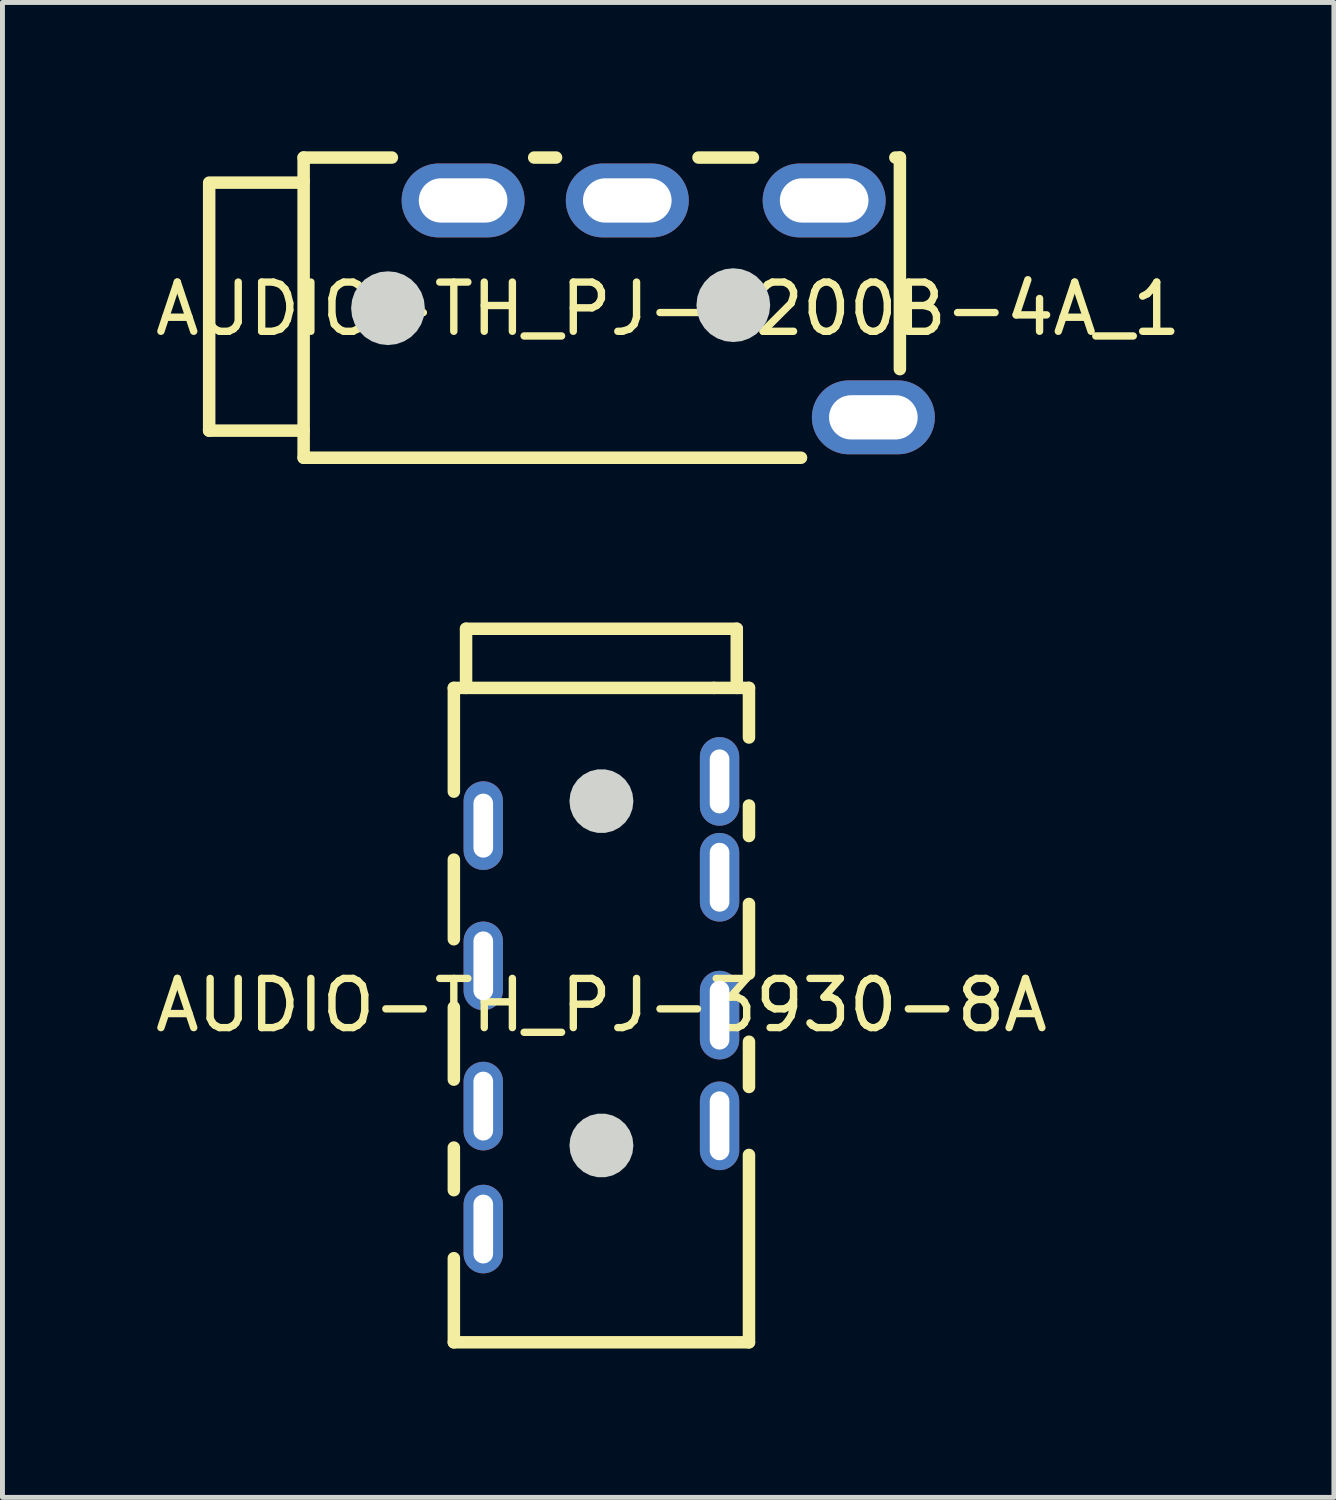
<source format=kicad_pcb>
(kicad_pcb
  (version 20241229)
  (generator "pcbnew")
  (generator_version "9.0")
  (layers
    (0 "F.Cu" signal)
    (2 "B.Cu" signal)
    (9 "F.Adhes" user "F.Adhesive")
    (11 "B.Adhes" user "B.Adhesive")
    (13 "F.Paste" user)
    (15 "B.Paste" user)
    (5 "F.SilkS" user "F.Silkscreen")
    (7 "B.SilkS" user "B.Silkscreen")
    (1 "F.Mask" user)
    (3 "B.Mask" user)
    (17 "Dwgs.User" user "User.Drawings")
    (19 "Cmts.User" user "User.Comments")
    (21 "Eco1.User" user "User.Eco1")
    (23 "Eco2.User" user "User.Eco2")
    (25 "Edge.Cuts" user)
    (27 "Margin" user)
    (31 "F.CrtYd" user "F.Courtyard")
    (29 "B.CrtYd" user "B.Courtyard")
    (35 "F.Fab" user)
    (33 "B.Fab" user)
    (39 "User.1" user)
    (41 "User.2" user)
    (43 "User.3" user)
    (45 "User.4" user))
  (footprint "AUDIO-TH_PJ-3930-8A"
    (layer "F.Cu")
    (at 9.173 17.38)
    (property "Reference" "AUDIO-TH_PJ-3930-8A" (at 0 0 0) (layer "F.SilkS") (effects (font (size 1 1) (thickness 0.15))))
    (fp_line (start -2.999 -6.449) (end -2.999 -4.341) (stroke (width 0.254) (type default)) (layer "F.SilkS"))
    (fp_line (start -2.999 -6.449) (end 2.286 -6.449) (stroke (width 0.254) (type default)) (layer "F.SilkS"))
    (fp_line (start -2.999 -2.959) (end -2.999 -1.341) (stroke (width 0.254) (type default)) (layer "F.SilkS"))
    (fp_line (start -2.999 0.041) (end -2.999 1.512) (stroke (width 0.254) (type default)) (layer "F.SilkS"))
    (fp_line (start -2.999 2.893) (end -2.999 3.759) (stroke (width 0.254) (type default)) (layer "F.SilkS"))
    (fp_line (start -2.999 5.141) (end -2.999 6.851) (stroke (width 0.254) (type default)) (layer "F.SilkS"))
    (fp_line (start -2.999 6.851) (end 2.999 6.851) (stroke (width 0.254) (type default)) (layer "F.SilkS"))
    (fp_line (start -2.751 -7.651) (end 2.751 -7.651) (stroke (width 0.254) (type default)) (layer "F.SilkS"))
    (fp_line (start -2.751 -6.449) (end -2.751 -7.651) (stroke (width 0.254) (type default)) (layer "F.SilkS"))
    (fp_line (start 2.286 -6.449) (end 2.999 -6.449) (stroke (width 0.254) (type default)) (layer "F.SilkS"))
    (fp_line (start 2.751 -7.651) (end 2.751 -6.449) (stroke (width 0.254) (type default)) (layer "F.SilkS"))
    (fp_line (start 2.999 -6.449) (end 2.999 -5.441) (stroke (width 0.254) (type default)) (layer "F.SilkS"))
    (fp_line (start 2.999 -4.059) (end 2.999 -3.439) (stroke (width 0.254) (type default)) (layer "F.SilkS"))
    (fp_line (start 2.999 -2.058) (end 2.999 -0.64) (stroke (width 0.254) (type default)) (layer "F.SilkS"))
    (fp_line (start 2.999 0.742) (end 2.999 1.661) (stroke (width 0.254) (type default)) (layer "F.SilkS"))
    (fp_line (start 2.999 3.043) (end 2.999 6.851) (stroke (width 0.254) (type default)) (layer "F.SilkS"))
    (fp_poly (pts (xy 0.65 -4.148) (xy 0.631 -4.304) (xy 0.576 -4.45) (xy 0.487 -4.579) (xy 0.369 -4.683) (xy 0.23 -4.756) (xy 0.078 -4.793) (xy -0.078 -4.793) (xy -0.23 -4.756) (xy -0.369 -4.683) (xy -0.487 -4.579) (xy -0.576 -4.45) (xy -0.631 -4.304) (xy -0.65 -4.148) (xy -0.631 -3.992) (xy -0.576 -3.846) (xy -0.487 -3.717) (xy -0.369 -3.613) (xy -0.23 -3.54) (xy -0.078 -3.503) (xy 0.078 -3.503) (xy 0.23 -3.54) (xy 0.369 -3.613) (xy 0.487 -3.717) (xy 0.576 -3.846) (xy 0.631 -3.992)) (stroke (width 0) (type default)) (fill yes) (layer "Edge.Cuts"))
    (fp_poly (pts (xy 0.65 2.85) (xy 0.631 2.694) (xy 0.576 2.548) (xy 0.487 2.419) (xy 0.369 2.315) (xy 0.23 2.242) (xy 0.078 2.205) (xy -0.078 2.205) (xy -0.23 2.242) (xy -0.369 2.315) (xy -0.487 2.419) (xy -0.576 2.548) (xy -0.631 2.694) (xy -0.65 2.85) (xy -0.631 3.006) (xy -0.576 3.152) (xy -0.487 3.281) (xy -0.369 3.385) (xy -0.23 3.458) (xy -0.078 3.495) (xy 0.078 3.495) (xy 0.23 3.458) (xy 0.369 3.385) (xy 0.487 3.281) (xy 0.576 3.152) (xy 0.631 3.006)) (stroke (width 0) (type default)) (fill yes) (layer "Edge.Cuts"))
    (fp_poly (pts (xy -2.561 -3.2) (xy -2.561 -4.099) (xy -2.24 -4.099) (xy -2.24 -3.2)) (stroke (width 0.1) (type default)) (fill no) (layer "User.1"))
    (fp_poly (pts (xy -2.561 -0.299) (xy -2.561 -1.298) (xy -2.24 -1.298) (xy -2.24 -0.299)) (stroke (width 0.1) (type default)) (fill no) (layer "User.1"))
    (fp_poly (pts (xy -2.561 2.547) (xy -2.561 1.55) (xy -2.24 1.55) (xy -2.24 2.547)) (stroke (width 0.1) (type default)) (fill no) (layer "User.1"))
    (fp_poly (pts (xy -2.561 5.052) (xy -2.561 4.051) (xy -2.24 4.051) (xy -2.24 5.052)) (stroke (width 0.1) (type default)) (fill no) (layer "User.1"))
    (fp_poly (pts (xy 2.24 -4.099) (xy 2.24 -4.998) (xy 2.561 -4.998) (xy 2.561 -4.099)) (stroke (width 0.1) (type default)) (fill no) (layer "User.1"))
    (fp_poly (pts (xy 2.24 -2.1) (xy 2.24 -3.102) (xy 2.561 -3.102) (xy 2.561 -2.1)) (stroke (width 0.1) (type default)) (fill no) (layer "User.1"))
    (fp_poly (pts (xy 2.24 0.701) (xy 2.24 -0.299) (xy 2.561 -0.299) (xy 2.561 0.701)) (stroke (width 0.1) (type default)) (fill no) (layer "User.1"))
    (fp_poly (pts (xy 2.24 2.949) (xy 2.24 1.948) (xy 2.561 1.948) (xy 2.561 2.949)) (stroke (width 0.1) (type default)) (fill no) (layer "User.1"))
    (fp_poly (pts (xy 0.551 -4.148) (xy 0.532 -4.291) (xy 0.477 -4.423) (xy 0.39 -4.538) (xy 0.276 -4.625) (xy 0.143 -4.68) (xy 0 -4.699) (xy -0.143 -4.68) (xy -0.276 -4.625) (xy -0.39 -4.538) (xy -0.477 -4.423) (xy -0.532 -4.291) (xy -0.551 -4.148) (xy -0.532 -4.005) (xy -0.477 -3.873) (xy -0.39 -3.758) (xy -0.276 -3.671) (xy -0.143 -3.616) (xy 0 -3.597) (xy 0.143 -3.616) (xy 0.276 -3.671) (xy 0.39 -3.758) (xy 0.477 -3.873) (xy 0.532 -4.005)) (stroke (width 0.1) (type default)) (fill no) (layer "User.1"))
    (fp_poly (pts (xy 0.551 2.85) (xy 0.532 2.707) (xy 0.477 2.575) (xy 0.39 2.46) (xy 0.276 2.373) (xy 0.143 2.318) (xy 0 2.299) (xy -0.143 2.318) (xy -0.276 2.373) (xy -0.39 2.46) (xy -0.477 2.575) (xy -0.532 2.707) (xy -0.551 2.85) (xy -0.532 2.993) (xy -0.477 3.126) (xy -0.39 3.24) (xy -0.276 3.327) (xy -0.143 3.382) (xy 0 3.401) (xy 0.143 3.382) (xy 0.276 3.327) (xy 0.39 3.24) (xy 0.477 3.126) (xy 0.532 2.993)) (stroke (width 0.1) (type default)) (fill no) (layer "User.1"))
    (fp_line (start -3.127 -7.777) (end 3.127 -7.777) (stroke (width 0.051) (type default)) (layer "User.2"))
    (fp_line (start -3.127 6.978) (end -3.127 -7.777) (stroke (width 0.051) (type default)) (layer "User.2"))
    (fp_line (start 3.127 -7.777) (end 3.127 6.978) (stroke (width 0.051) (type default)) (layer "User.2"))
    (fp_line (start 3.127 6.978) (end -3.127 6.978) (stroke (width 0.051) (type default)) (layer "User.2"))
    (fp_poly (pts (xy -3.066 -7.777) (xy -3.083 -7.821) (xy -3.127 -7.838) (xy -3.17 -7.821) (xy -3.188 -7.777) (xy -3.17 -7.734) (xy -3.127 -7.716) (xy -3.083 -7.734)) (stroke (width 0.1) (type default)) (fill no) (layer "User.3"))
    (pad "1" thru_hole oval (at -2.401 -3.65) (size 0.8 1.801) (drill oval 0.399 1.3) (layers "*.Cu" "*.Mask"))
    (pad "2" thru_hole oval (at 2.401 2.451) (size 0.8 1.801) (drill oval 0.399 1.399) (layers "*.Cu" "*.Mask"))
    (pad "3" thru_hole oval (at -2.401 2.05) (size 0.8 1.801) (drill oval 0.399 1.399) (layers "*.Cu" "*.Mask"))
    (pad "4" thru_hole oval (at -2.401 -0.8) (size 0.8 1.801) (drill oval 0.399 1.399) (layers "*.Cu" "*.Mask"))
    (pad "5" thru_hole oval (at -2.401 4.549) (size 0.8 1.801) (drill oval 0.399 1.399) (layers "*.Cu" "*.Mask"))
    (pad "6" thru_hole oval (at 2.401 0.201) (size 0.8 1.801) (drill oval 0.399 1.399) (layers "*.Cu" "*.Mask"))
    (pad "7" thru_hole oval (at 2.401 -2.601) (size 0.8 1.801) (drill oval 0.399 1.399) (layers "*.Cu" "*.Mask"))
    (pad "8" thru_hole oval (at 2.401 -4.549) (size 0.8 1.801) (drill oval 0.399 1.3) (layers "*.Cu" "*.Mask")))
  (footprint "AUDIO-TH_PJ-3200B-4A_1"
    (layer "F.Cu")
    (at 10.53 3.228)
    (property "Reference" "AUDIO-TH_PJ-3200B-4A_1" (at 0 0 0) (layer "F.SilkS") (effects (font (size 1 1) (thickness 0.15))))
    (fp_line (start -9.329 -2.566) (end -7.439 -2.566) (stroke (width 0.254) (type default)) (layer "F.SilkS"))
    (fp_line (start -9.329 -2.535) (end -9.329 2.464) (stroke (width 0.254) (type default)) (layer "F.SilkS"))
    (fp_line (start -9.329 2.443) (end -9.329 2.474) (stroke (width 0.254) (type default)) (layer "F.SilkS"))
    (fp_line (start -9.329 2.474) (end -7.439 2.474) (stroke (width 0.254) (type default)) (layer "F.SilkS"))
    (fp_line (start -7.439 -2.566) (end -7.409 -2.596) (stroke (width 0.254) (type default)) (layer "F.SilkS"))
    (fp_line (start -7.439 2.474) (end -7.409 2.474) (stroke (width 0.254) (type default)) (layer "F.SilkS"))
    (fp_line (start -7.409 -3.076) (end -7.409 3.025) (stroke (width 0.254) (type default)) (layer "F.SilkS"))
    (fp_line (start -7.409 -3.076) (end -5.616 -3.076) (stroke (width 0.254) (type default)) (layer "F.SilkS"))
    (fp_line (start -7.409 3.025) (end 2.7 3.025) (stroke (width 0.254) (type default)) (layer "F.SilkS"))
    (fp_line (start -2.723 -3.076) (end -2.279 -3.076) (stroke (width 0.254) (type default)) (layer "F.SilkS"))
    (fp_line (start 0.617 -3.076) (end 1.722 -3.076) (stroke (width 0.254) (type default)) (layer "F.SilkS"))
    (fp_line (start 4.617 -3.076) (end 4.709 -3.076) (stroke (width 0.254) (type default)) (layer "F.SilkS"))
    (fp_line (start 4.709 -3.076) (end 4.709 1.224) (stroke (width 0.254) (type default)) (layer "F.SilkS"))
    (fp_poly (pts (xy -4.945 -0.015) (xy -4.964 -0.182) (xy -5.019 -0.34) (xy -5.109 -0.482) (xy -5.227 -0.601) (xy -5.369 -0.69) (xy -5.528 -0.746) (xy -5.694 -0.764) (xy -5.861 -0.746) (xy -6.02 -0.69) (xy -6.162 -0.601) (xy -6.28 -0.482) (xy -6.37 -0.34) (xy -6.425 -0.182) (xy -6.444 -0.015) (xy -6.425 0.152) (xy -6.37 0.31) (xy -6.28 0.452) (xy -6.162 0.571) (xy -6.02 0.66) (xy -5.861 0.716) (xy -5.694 0.735) (xy -5.528 0.716) (xy -5.369 0.66) (xy -5.227 0.571) (xy -5.109 0.452) (xy -5.019 0.31) (xy -4.964 0.152)) (stroke (width 0) (type default)) (fill yes) (layer "Edge.Cuts"))
    (fp_poly (pts (xy 2.073 -0.076) (xy 2.054 -0.243) (xy 1.999 -0.401) (xy 1.909 -0.543) (xy 1.791 -0.662) (xy 1.649 -0.751) (xy 1.49 -0.807) (xy 1.323 -0.826) (xy 1.157 -0.807) (xy 0.998 -0.751) (xy 0.856 -0.662) (xy 0.738 -0.543) (xy 0.648 -0.401) (xy 0.593 -0.243) (xy 0.574 -0.076) (xy 0.593 0.091) (xy 0.648 0.249) (xy 0.738 0.391) (xy 0.856 0.51) (xy 0.998 0.599) (xy 1.157 0.655) (xy 1.323 0.673) (xy 1.49 0.655) (xy 1.649 0.599) (xy 1.791 0.51) (xy 1.909 0.391) (xy 1.999 0.249) (xy 2.054 0.091)) (stroke (width 0) (type default)) (fill yes) (layer "Edge.Cuts"))
    (fp_poly (pts (xy -3.719 -1.844) (xy -4.62 -1.844) (xy -4.62 -2.566) (xy -3.719 -2.566)) (stroke (width 0.1) (type default)) (fill no) (layer "User.1"))
    (fp_poly (pts (xy -0.381 -1.844) (xy -1.28 -1.844) (xy -1.28 -2.566) (xy -0.381 -2.566)) (stroke (width 0.1) (type default)) (fill no) (layer "User.1"))
    (fp_poly (pts (xy 3.619 -1.844) (xy 2.72 -1.844) (xy 2.72 -2.566) (xy 3.619 -2.566)) (stroke (width 0.1) (type default)) (fill no) (layer "User.1"))
    (fp_poly (pts (xy 4.62 2.566) (xy 3.719 2.566) (xy 3.719 1.844) (xy 4.62 1.844)) (stroke (width 0.1) (type default)) (fill no) (layer "User.1"))
    (fp_poly (pts (xy -5.045 -0.015) (xy -5.063 -0.171) (xy -5.119 -0.317) (xy -5.208 -0.446) (xy -5.325 -0.55) (xy -5.464 -0.623) (xy -5.616 -0.66) (xy -5.773 -0.66) (xy -5.925 -0.623) (xy -6.064 -0.55) (xy -6.181 -0.446) (xy -6.27 -0.317) (xy -6.326 -0.171) (xy -6.345 -0.015) (xy -6.326 0.141) (xy -6.27 0.287) (xy -6.181 0.416) (xy -6.064 0.52) (xy -5.925 0.593) (xy -5.773 0.63) (xy -5.616 0.63) (xy -5.464 0.593) (xy -5.325 0.52) (xy -5.208 0.416) (xy -5.119 0.287) (xy -5.063 0.141)) (stroke (width 0.1) (type default)) (fill no) (layer "User.1"))
    (fp_poly (pts (xy 1.974 -0.076) (xy 1.955 -0.232) (xy 1.899 -0.378) (xy 1.81 -0.507) (xy 1.693 -0.611) (xy 1.554 -0.684) (xy 1.402 -0.721) (xy 1.245 -0.721) (xy 1.093 -0.684) (xy 0.954 -0.611) (xy 0.837 -0.507) (xy 0.748 -0.378) (xy 0.692 -0.232) (xy 0.673 -0.076) (xy 0.692 0.08) (xy 0.748 0.226) (xy 0.837 0.355) (xy 0.954 0.459) (xy 1.093 0.532) (xy 1.245 0.569) (xy 1.402 0.569) (xy 1.554 0.532) (xy 1.693 0.459) (xy 1.81 0.355) (xy 1.899 0.226) (xy 1.955 0.08)) (stroke (width 0.1) (type default)) (fill no) (layer "User.1"))
    (fp_line (start -9.457 -3.203) (end 5.42 -3.203) (stroke (width 0.051) (type default)) (layer "User.2"))
    (fp_line (start -9.457 3.152) (end -9.457 -3.203) (stroke (width 0.051) (type default)) (layer "User.2"))
    (fp_line (start 5.42 -3.203) (end 5.42 3.152) (stroke (width 0.051) (type default)) (layer "User.2"))
    (fp_line (start 5.42 3.152) (end -9.457 3.152) (stroke (width 0.051) (type default)) (layer "User.2"))
    (fp_poly (pts (xy 5.481 3.152) (xy 5.464 3.109) (xy 5.42 3.091) (xy 5.377 3.109) (xy 5.359 3.152) (xy 5.377 3.195) (xy 5.42 3.213) (xy 5.464 3.195)) (stroke (width 0.1) (type default)) (fill no) (layer "User.3"))
    (pad "1" thru_hole oval (at 4.17 2.204 90) (size 1.501 2.499) (drill oval 0.899 1.801) (layers "*.Cu" "*.Mask"))
    (pad "2" thru_hole oval (at 3.17 -2.204 90) (size 1.501 2.499) (drill oval 0.899 1.801) (layers "*.Cu" "*.Mask"))
    (pad "3" thru_hole oval (at -4.168 -2.204 90) (size 1.501 2.499) (drill oval 0.899 1.801) (layers "*.Cu" "*.Mask"))
    (pad "4" thru_hole oval (at -0.831 -2.204 90) (size 1.501 2.499) (drill oval 0.899 1.801) (layers "*.Cu" "*.Mask")))
  (gr_rect
    (start -3 -3)
    (end 24.06 27.383)
    (stroke (width 0.1) (type default))
    (fill no)
    (layer "Edge.Cuts")))
</source>
